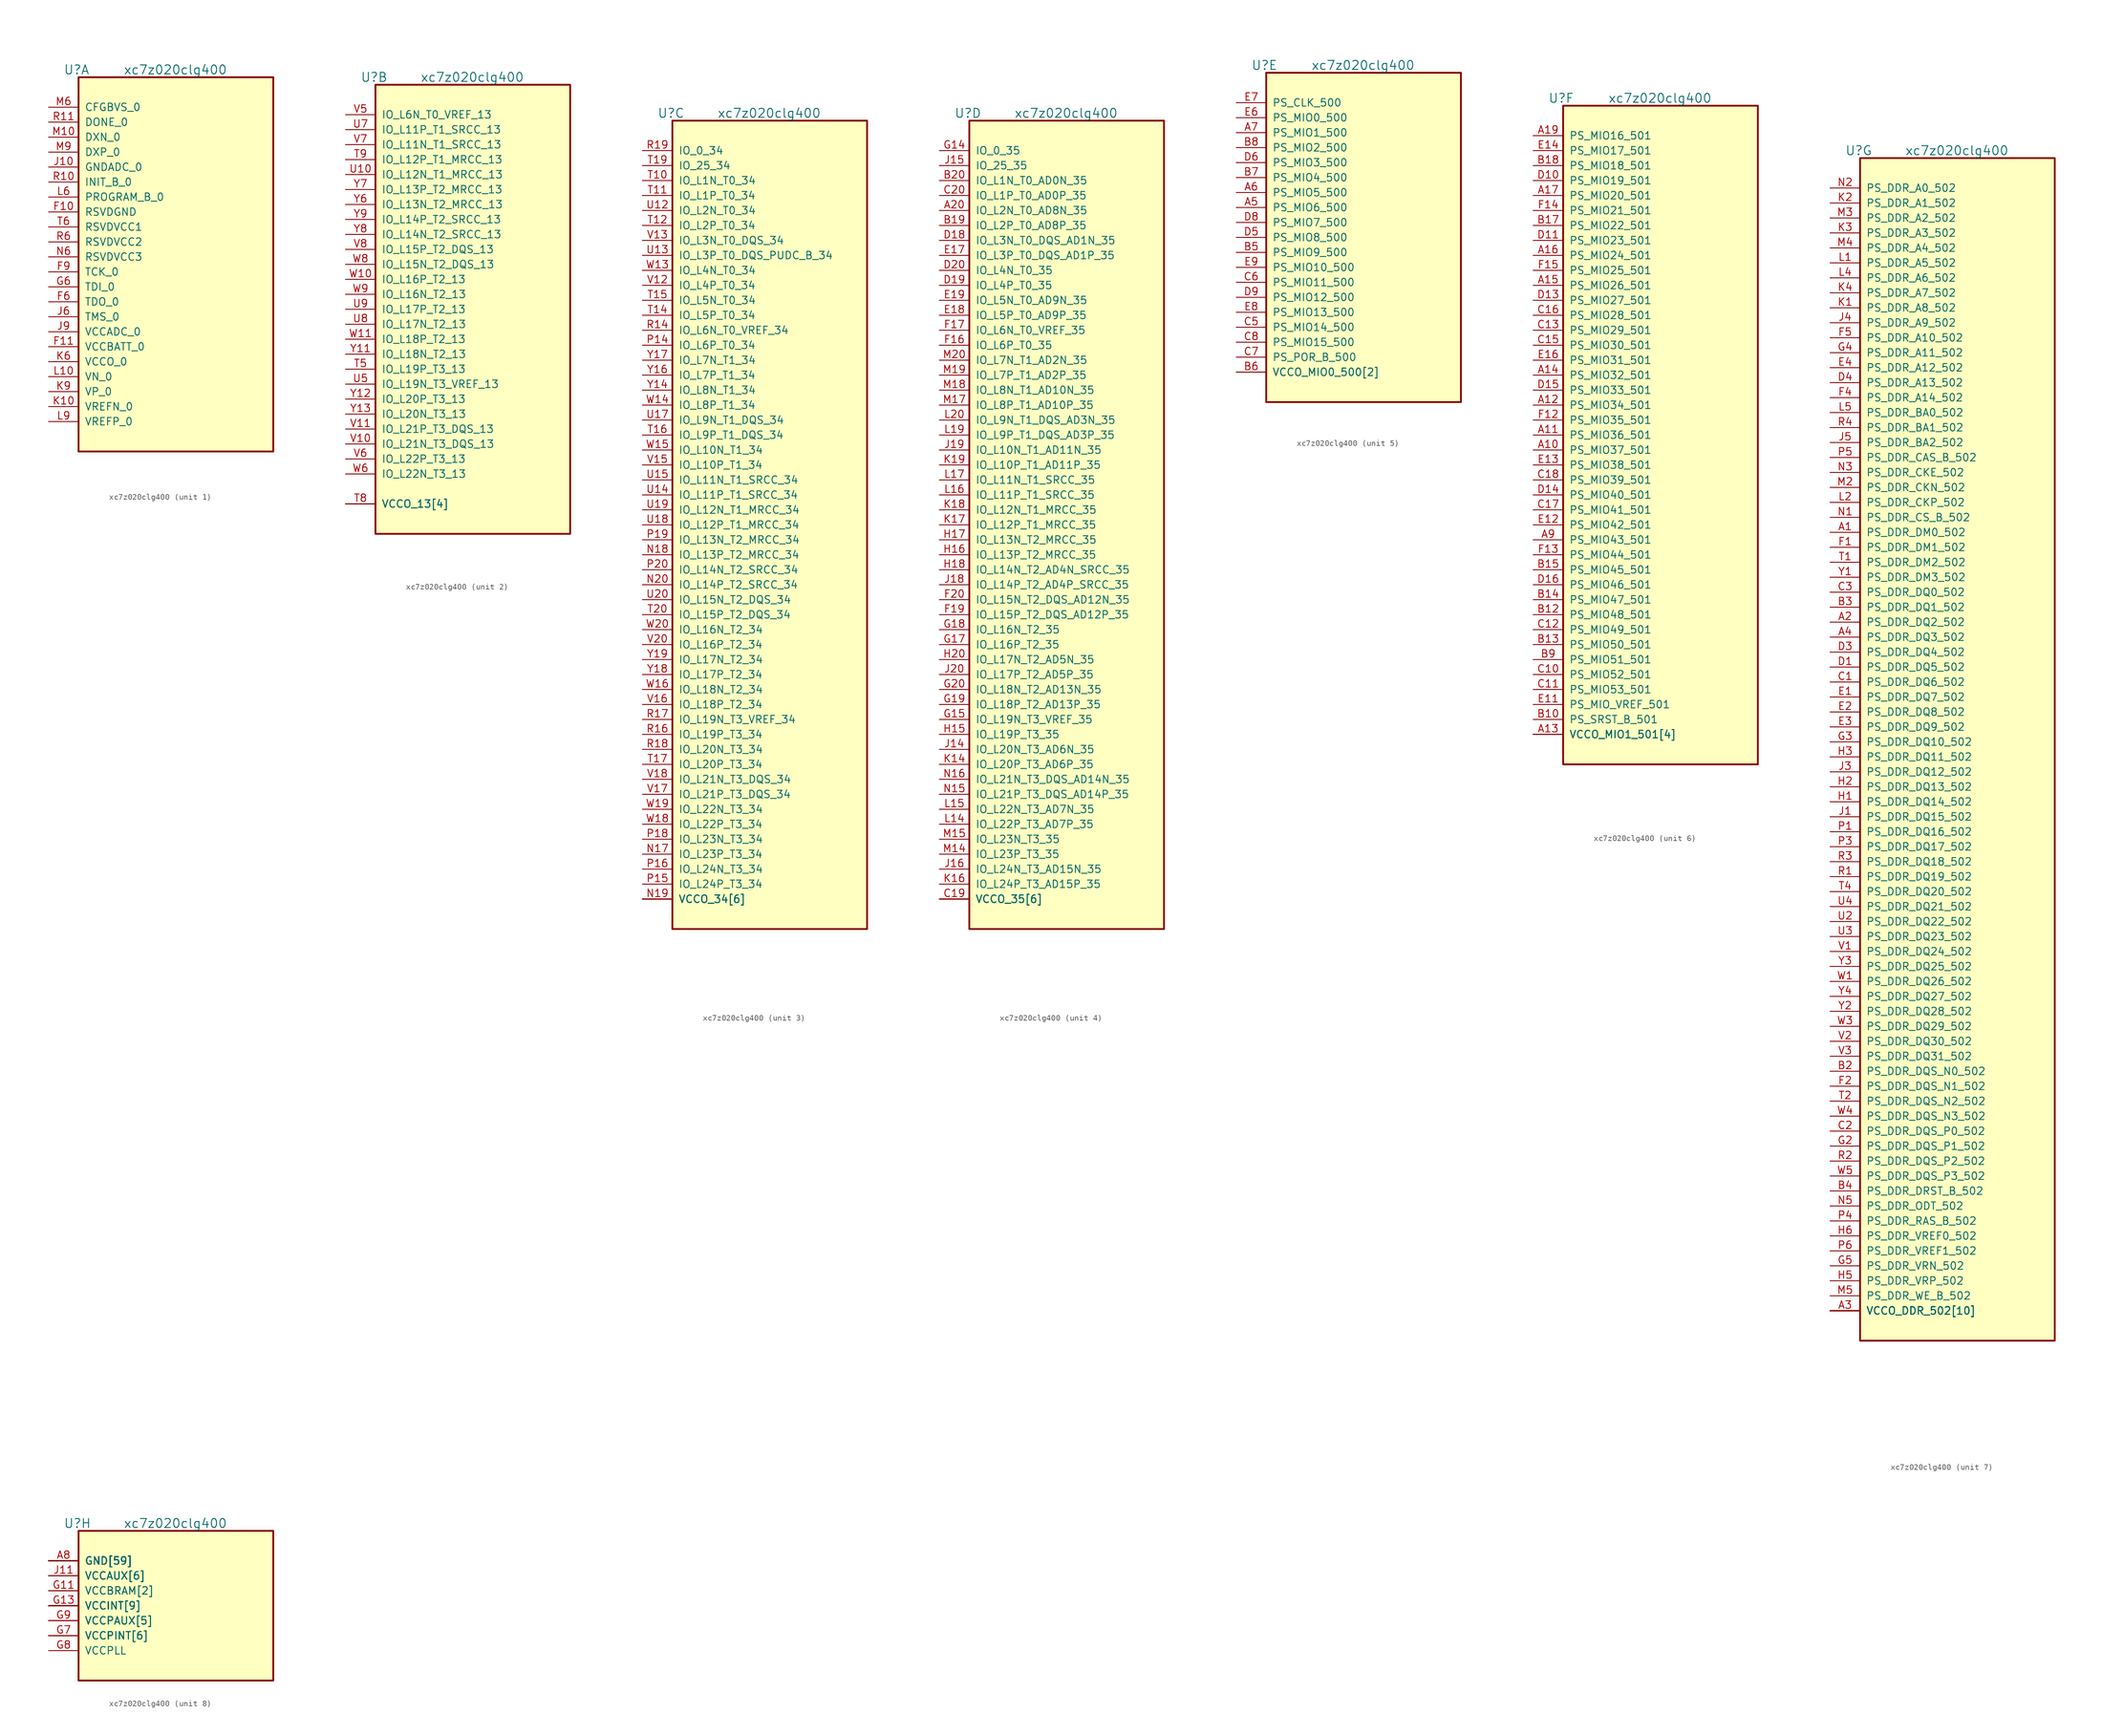
<source format=kicad_sym>
(kicad_symbol_lib
  (version 20220102)
  (generator kicad_symbol_editor)
  (symbol "xc7z020clg400"
    (pin_names
      (offset 1.016))
    (property "Reference" "U"
      (at 2.54 6.35 0)
      (effects (font (size 1.524 1.524)) (justify left)))
    (property "Value" "xc7z020clg400"
      (at 12.7 6.35 0)
      (effects (font (size 1.524 1.524)) (justify left)))
    (property "ki_locked" ""
      (at 0 0 0)
      (effects (font (size 1.27 1.27))))
    (symbol "xc7z020clg400_1_1"
      (rectangle (start 5.08 5.08) (end 38.1 -58.42) (stroke (width 0.305) (type default)) (fill (type background)))
      (pin power_in line (at 0 -17.78 0) (length 5.08) (name "RSVDGND" (effects (font (size 1.27 1.27)))) (number "F10" (effects (font (size 1.27 1.27)))))
      (pin power_in line (at 0 -40.64 0) (length 5.08) (name "VCCBATT_0" (effects (font (size 1.27 1.27)))) (number "F11" (effects (font (size 1.27 1.27)))))
      (pin output line (at 0 -33.02 0) (length 5.08) (name "TDO_0" (effects (font (size 1.27 1.27)))) (number "F6" (effects (font (size 1.27 1.27)))))
      (pin input line (at 0 -27.94 0) (length 5.08) (name "TCK_0" (effects (font (size 1.27 1.27)))) (number "F9" (effects (font (size 1.27 1.27)))))
      (pin input line (at 0 -30.48 0) (length 5.08) (name "TDI_0" (effects (font (size 1.27 1.27)))) (number "G6" (effects (font (size 1.27 1.27)))))
      (pin power_in line (at 0 -10.16 0) (length 5.08) (name "GNDADC_0" (effects (font (size 1.27 1.27)))) (number "J10" (effects (font (size 1.27 1.27)))))
      (pin input line (at 0 -35.56 0) (length 5.08) (name "TMS_0" (effects (font (size 1.27 1.27)))) (number "J6" (effects (font (size 1.27 1.27)))))
      (pin power_in line (at 0 -38.1 0) (length 5.08) (name "VCCADC_0" (effects (font (size 1.27 1.27)))) (number "J9" (effects (font (size 1.27 1.27)))))
      (pin input line (at 0 -50.8 0) (length 5.08) (name "VREFN_0" (effects (font (size 1.27 1.27)))) (number "K10" (effects (font (size 1.27 1.27)))))
      (pin power_in line (at 0 -43.18 0) (length 5.08) (name "VCCO_0" (effects (font (size 1.27 1.27)))) (number "K6" (effects (font (size 1.27 1.27)))))
      (pin input line (at 0 -48.26 0) (length 5.08) (name "VP_0" (effects (font (size 1.27 1.27)))) (number "K9" (effects (font (size 1.27 1.27)))))
      (pin input line (at 0 -45.72 0) (length 5.08) (name "VN_0" (effects (font (size 1.27 1.27)))) (number "L10" (effects (font (size 1.27 1.27)))))
      (pin input line (at 0 -15.24 0) (length 5.08) (name "PROGRAM_B_0" (effects (font (size 1.27 1.27)))) (number "L6" (effects (font (size 1.27 1.27)))))
      (pin input line (at 0 -53.34 0) (length 5.08) (name "VREFP_0" (effects (font (size 1.27 1.27)))) (number "L9" (effects (font (size 1.27 1.27)))))
      (pin passive line (at 0 -5.08 0) (length 5.08) (name "DXN_0" (effects (font (size 1.27 1.27)))) (number "M10" (effects (font (size 1.27 1.27)))))
      (pin input line (at 0 0 0) (length 5.08) (name "CFGBVS_0" (effects (font (size 1.27 1.27)))) (number "M6" (effects (font (size 1.27 1.27)))))
      (pin passive line (at 0 -7.62 0) (length 5.08) (name "DXP_0" (effects (font (size 1.27 1.27)))) (number "M9" (effects (font (size 1.27 1.27)))))
      (pin power_in line (at 0 -25.4 0) (length 5.08) (name "RSVDVCC3" (effects (font (size 1.27 1.27)))) (number "N6" (effects (font (size 1.27 1.27)))))
      (pin input line (at 0 -12.7 0) (length 5.08) (name "INIT_B_0" (effects (font (size 1.27 1.27)))) (number "R10" (effects (font (size 1.27 1.27)))))
      (pin output line (at 0 -2.54 0) (length 5.08) (name "DONE_0" (effects (font (size 1.27 1.27)))) (number "R11" (effects (font (size 1.27 1.27)))))
      (pin power_in line (at 0 -22.86 0) (length 5.08) (name "RSVDVCC2" (effects (font (size 1.27 1.27)))) (number "R6" (effects (font (size 1.27 1.27)))))
      (pin power_in line (at 0 -20.32 0) (length 5.08) (name "RSVDVCC1" (effects (font (size 1.27 1.27)))) (number "T6" (effects (font (size 1.27 1.27))))))
    (symbol "xc7z020clg400_2_1"
      (rectangle (start 5.08 5.08) (end 38.1 -71.12) (stroke (width 0.305) (type default)) (fill (type background)))
      (pin bidirectional line (at 0 -43.18 0) (length 5.08) (name "IO_L19P_T3_13" (effects (font (size 1.27 1.27)))) (number "T5" (effects (font (size 1.27 1.27)))))
      (pin power_in line (at 0 -66.04 0) (length 5.08) (name "VCCO_13[4]" (effects (font (size 1.27 1.27)))) (number "T8" (effects (font (size 1.27 1.27)))))
      (pin bidirectional line (at 0 -7.62 0) (length 5.08) (name "IO_L12P_T1_MRCC_13" (effects (font (size 1.27 1.27)))) (number "T9" (effects (font (size 1.27 1.27)))))
      (pin bidirectional line (at 0 -10.16 0) (length 5.08) (name "IO_L12N_T1_MRCC_13" (effects (font (size 1.27 1.27)))) (number "U10" (effects (font (size 1.27 1.27)))))
      (pin power_in line (at 0 -66.04 0) (length 5.08) (name "VCCO_13[4]" (effects (font (size 1.27 1.27)))) (number "U11" (effects (font (size 0 0)))))
      (pin bidirectional line (at 0 -45.72 0) (length 5.08) (name "IO_L19N_T3_VREF_13" (effects (font (size 1.27 1.27)))) (number "U5" (effects (font (size 1.27 1.27)))))
      (pin bidirectional line (at 0 -2.54 0) (length 5.08) (name "IO_L11P_T1_SRCC_13" (effects (font (size 1.27 1.27)))) (number "U7" (effects (font (size 1.27 1.27)))))
      (pin bidirectional line (at 0 -35.56 0) (length 5.08) (name "IO_L17N_T2_13" (effects (font (size 1.27 1.27)))) (number "U8" (effects (font (size 1.27 1.27)))))
      (pin bidirectional line (at 0 -33.02 0) (length 5.08) (name "IO_L17P_T2_13" (effects (font (size 1.27 1.27)))) (number "U9" (effects (font (size 1.27 1.27)))))
      (pin bidirectional line (at 0 -55.88 0) (length 5.08) (name "IO_L21N_T3_DQS_13" (effects (font (size 1.27 1.27)))) (number "V10" (effects (font (size 1.27 1.27)))))
      (pin bidirectional line (at 0 -53.34 0) (length 5.08) (name "IO_L21P_T3_DQS_13" (effects (font (size 1.27 1.27)))) (number "V11" (effects (font (size 1.27 1.27)))))
      (pin bidirectional line (at 0 0 0) (length 5.08) (name "IO_L6N_T0_VREF_13" (effects (font (size 1.27 1.27)))) (number "V5" (effects (font (size 1.27 1.27)))))
      (pin bidirectional line (at 0 -58.42 0) (length 5.08) (name "IO_L22P_T3_13" (effects (font (size 1.27 1.27)))) (number "V6" (effects (font (size 1.27 1.27)))))
      (pin bidirectional line (at 0 -5.08 0) (length 5.08) (name "IO_L11N_T1_SRCC_13" (effects (font (size 1.27 1.27)))) (number "V7" (effects (font (size 1.27 1.27)))))
      (pin bidirectional line (at 0 -22.86 0) (length 5.08) (name "IO_L15P_T2_DQS_13" (effects (font (size 1.27 1.27)))) (number "V8" (effects (font (size 1.27 1.27)))))
      (pin bidirectional line (at 0 -27.94 0) (length 5.08) (name "IO_L16P_T2_13" (effects (font (size 1.27 1.27)))) (number "W10" (effects (font (size 1.27 1.27)))))
      (pin bidirectional line (at 0 -38.1 0) (length 5.08) (name "IO_L18P_T2_13" (effects (font (size 1.27 1.27)))) (number "W11" (effects (font (size 1.27 1.27)))))
      (pin bidirectional line (at 0 -60.96 0) (length 5.08) (name "IO_L22N_T3_13" (effects (font (size 1.27 1.27)))) (number "W6" (effects (font (size 1.27 1.27)))))
      (pin power_in line (at 0 -66.04 0) (length 5.08) (name "VCCO_13[4]" (effects (font (size 1.27 1.27)))) (number "W7" (effects (font (size 0 0)))))
      (pin bidirectional line (at 0 -25.4 0) (length 5.08) (name "IO_L15N_T2_DQS_13" (effects (font (size 1.27 1.27)))) (number "W8" (effects (font (size 1.27 1.27)))))
      (pin bidirectional line (at 0 -30.48 0) (length 5.08) (name "IO_L16N_T2_13" (effects (font (size 1.27 1.27)))) (number "W9" (effects (font (size 1.27 1.27)))))
      (pin power_in line (at 0 -66.04 0) (length 5.08) (name "VCCO_13[4]" (effects (font (size 1.27 1.27)))) (number "Y10" (effects (font (size 0 0)))))
      (pin bidirectional line (at 0 -40.64 0) (length 5.08) (name "IO_L18N_T2_13" (effects (font (size 1.27 1.27)))) (number "Y11" (effects (font (size 1.27 1.27)))))
      (pin bidirectional line (at 0 -48.26 0) (length 5.08) (name "IO_L20P_T3_13" (effects (font (size 1.27 1.27)))) (number "Y12" (effects (font (size 1.27 1.27)))))
      (pin bidirectional line (at 0 -50.8 0) (length 5.08) (name "IO_L20N_T3_13" (effects (font (size 1.27 1.27)))) (number "Y13" (effects (font (size 1.27 1.27)))))
      (pin bidirectional line (at 0 -15.24 0) (length 5.08) (name "IO_L13N_T2_MRCC_13" (effects (font (size 1.27 1.27)))) (number "Y6" (effects (font (size 1.27 1.27)))))
      (pin bidirectional line (at 0 -12.7 0) (length 5.08) (name "IO_L13P_T2_MRCC_13" (effects (font (size 1.27 1.27)))) (number "Y7" (effects (font (size 1.27 1.27)))))
      (pin bidirectional line (at 0 -20.32 0) (length 5.08) (name "IO_L14N_T2_SRCC_13" (effects (font (size 1.27 1.27)))) (number "Y8" (effects (font (size 1.27 1.27)))))
      (pin bidirectional line (at 0 -17.78 0) (length 5.08) (name "IO_L14P_T2_SRCC_13" (effects (font (size 1.27 1.27)))) (number "Y9" (effects (font (size 1.27 1.27))))))
    (symbol "xc7z020clg400_3_1"
      (rectangle (start 5.08 5.08) (end 38.1 -132.08) (stroke (width 0.305) (type default)) (fill (type background)))
      (pin bidirectional line (at 0 -119.38 0) (length 5.08) (name "IO_L23P_T3_34" (effects (font (size 1.27 1.27)))) (number "N17" (effects (font (size 1.27 1.27)))))
      (pin bidirectional line (at 0 -68.58 0) (length 5.08) (name "IO_L13P_T2_MRCC_34" (effects (font (size 1.27 1.27)))) (number "N18" (effects (font (size 1.27 1.27)))))
      (pin power_in line (at 0 -127 0) (length 5.08) (name "VCCO_34[6]" (effects (font (size 1.27 1.27)))) (number "N19" (effects (font (size 1.27 1.27)))))
      (pin bidirectional line (at 0 -73.66 0) (length 5.08) (name "IO_L14P_T2_SRCC_34" (effects (font (size 1.27 1.27)))) (number "N20" (effects (font (size 1.27 1.27)))))
      (pin bidirectional line (at 0 -33.02 0) (length 5.08) (name "IO_L6P_T0_34" (effects (font (size 1.27 1.27)))) (number "P14" (effects (font (size 1.27 1.27)))))
      (pin bidirectional line (at 0 -124.46 0) (length 5.08) (name "IO_L24P_T3_34" (effects (font (size 1.27 1.27)))) (number "P15" (effects (font (size 1.27 1.27)))))
      (pin bidirectional line (at 0 -121.92 0) (length 5.08) (name "IO_L24N_T3_34" (effects (font (size 1.27 1.27)))) (number "P16" (effects (font (size 1.27 1.27)))))
      (pin bidirectional line (at 0 -116.84 0) (length 5.08) (name "IO_L23N_T3_34" (effects (font (size 1.27 1.27)))) (number "P18" (effects (font (size 1.27 1.27)))))
      (pin bidirectional line (at 0 -66.04 0) (length 5.08) (name "IO_L13N_T2_MRCC_34" (effects (font (size 1.27 1.27)))) (number "P19" (effects (font (size 1.27 1.27)))))
      (pin bidirectional line (at 0 -71.12 0) (length 5.08) (name "IO_L14N_T2_SRCC_34" (effects (font (size 1.27 1.27)))) (number "P20" (effects (font (size 1.27 1.27)))))
      (pin bidirectional line (at 0 -30.48 0) (length 5.08) (name "IO_L6N_T0_VREF_34" (effects (font (size 1.27 1.27)))) (number "R14" (effects (font (size 1.27 1.27)))))
      (pin power_in line (at 0 -127 0) (length 5.08) (name "VCCO_34[6]" (effects (font (size 1.27 1.27)))) (number "R15" (effects (font (size 0 0)))))
      (pin bidirectional line (at 0 -99.06 0) (length 5.08) (name "IO_L19P_T3_34" (effects (font (size 1.27 1.27)))) (number "R16" (effects (font (size 1.27 1.27)))))
      (pin bidirectional line (at 0 -96.52 0) (length 5.08) (name "IO_L19N_T3_VREF_34" (effects (font (size 1.27 1.27)))) (number "R17" (effects (font (size 1.27 1.27)))))
      (pin bidirectional line (at 0 -101.6 0) (length 5.08) (name "IO_L20N_T3_34" (effects (font (size 1.27 1.27)))) (number "R18" (effects (font (size 1.27 1.27)))))
      (pin bidirectional line (at 0 0 0) (length 5.08) (name "IO_0_34" (effects (font (size 1.27 1.27)))) (number "R19" (effects (font (size 1.27 1.27)))))
      (pin bidirectional line (at 0 -5.08 0) (length 5.08) (name "IO_L1N_T0_34" (effects (font (size 1.27 1.27)))) (number "T10" (effects (font (size 1.27 1.27)))))
      (pin bidirectional line (at 0 -7.62 0) (length 5.08) (name "IO_L1P_T0_34" (effects (font (size 1.27 1.27)))) (number "T11" (effects (font (size 1.27 1.27)))))
      (pin bidirectional line (at 0 -12.7 0) (length 5.08) (name "IO_L2P_T0_34" (effects (font (size 1.27 1.27)))) (number "T12" (effects (font (size 1.27 1.27)))))
      (pin bidirectional line (at 0 -27.94 0) (length 5.08) (name "IO_L5P_T0_34" (effects (font (size 1.27 1.27)))) (number "T14" (effects (font (size 1.27 1.27)))))
      (pin bidirectional line (at 0 -25.4 0) (length 5.08) (name "IO_L5N_T0_34" (effects (font (size 1.27 1.27)))) (number "T15" (effects (font (size 1.27 1.27)))))
      (pin bidirectional line (at 0 -48.26 0) (length 5.08) (name "IO_L9P_T1_DQS_34" (effects (font (size 1.27 1.27)))) (number "T16" (effects (font (size 1.27 1.27)))))
      (pin bidirectional line (at 0 -104.14 0) (length 5.08) (name "IO_L20P_T3_34" (effects (font (size 1.27 1.27)))) (number "T17" (effects (font (size 1.27 1.27)))))
      (pin power_in line (at 0 -127 0) (length 5.08) (name "VCCO_34[6]" (effects (font (size 1.27 1.27)))) (number "T18" (effects (font (size 0 0)))))
      (pin bidirectional line (at 0 -2.54 0) (length 5.08) (name "IO_25_34" (effects (font (size 1.27 1.27)))) (number "T19" (effects (font (size 1.27 1.27)))))
      (pin bidirectional line (at 0 -78.74 0) (length 5.08) (name "IO_L15P_T2_DQS_34" (effects (font (size 1.27 1.27)))) (number "T20" (effects (font (size 1.27 1.27)))))
      (pin bidirectional line (at 0 -10.16 0) (length 5.08) (name "IO_L2N_T0_34" (effects (font (size 1.27 1.27)))) (number "U12" (effects (font (size 1.27 1.27)))))
      (pin bidirectional line (at 0 -17.78 0) (length 5.08) (name "IO_L3P_T0_DQS_PUDC_B_34" (effects (font (size 1.27 1.27)))) (number "U13" (effects (font (size 1.27 1.27)))))
      (pin bidirectional line (at 0 -58.42 0) (length 5.08) (name "IO_L11P_T1_SRCC_34" (effects (font (size 1.27 1.27)))) (number "U14" (effects (font (size 1.27 1.27)))))
      (pin bidirectional line (at 0 -55.88 0) (length 5.08) (name "IO_L11N_T1_SRCC_34" (effects (font (size 1.27 1.27)))) (number "U15" (effects (font (size 1.27 1.27)))))
      (pin bidirectional line (at 0 -45.72 0) (length 5.08) (name "IO_L9N_T1_DQS_34" (effects (font (size 1.27 1.27)))) (number "U17" (effects (font (size 1.27 1.27)))))
      (pin bidirectional line (at 0 -63.5 0) (length 5.08) (name "IO_L12P_T1_MRCC_34" (effects (font (size 1.27 1.27)))) (number "U18" (effects (font (size 1.27 1.27)))))
      (pin bidirectional line (at 0 -60.96 0) (length 5.08) (name "IO_L12N_T1_MRCC_34" (effects (font (size 1.27 1.27)))) (number "U19" (effects (font (size 1.27 1.27)))))
      (pin bidirectional line (at 0 -76.2 0) (length 5.08) (name "IO_L15N_T2_DQS_34" (effects (font (size 1.27 1.27)))) (number "U20" (effects (font (size 1.27 1.27)))))
      (pin bidirectional line (at 0 -22.86 0) (length 5.08) (name "IO_L4P_T0_34" (effects (font (size 1.27 1.27)))) (number "V12" (effects (font (size 1.27 1.27)))))
      (pin bidirectional line (at 0 -15.24 0) (length 5.08) (name "IO_L3N_T0_DQS_34" (effects (font (size 1.27 1.27)))) (number "V13" (effects (font (size 1.27 1.27)))))
      (pin power_in line (at 0 -127 0) (length 5.08) (name "VCCO_34[6]" (effects (font (size 1.27 1.27)))) (number "V14" (effects (font (size 0 0)))))
      (pin bidirectional line (at 0 -53.34 0) (length 5.08) (name "IO_L10P_T1_34" (effects (font (size 1.27 1.27)))) (number "V15" (effects (font (size 1.27 1.27)))))
      (pin bidirectional line (at 0 -93.98 0) (length 5.08) (name "IO_L18P_T2_34" (effects (font (size 1.27 1.27)))) (number "V16" (effects (font (size 1.27 1.27)))))
      (pin bidirectional line (at 0 -109.22 0) (length 5.08) (name "IO_L21P_T3_DQS_34" (effects (font (size 1.27 1.27)))) (number "V17" (effects (font (size 1.27 1.27)))))
      (pin bidirectional line (at 0 -106.68 0) (length 5.08) (name "IO_L21N_T3_DQS_34" (effects (font (size 1.27 1.27)))) (number "V18" (effects (font (size 1.27 1.27)))))
      (pin bidirectional line (at 0 -83.82 0) (length 5.08) (name "IO_L16P_T2_34" (effects (font (size 1.27 1.27)))) (number "V20" (effects (font (size 1.27 1.27)))))
      (pin bidirectional line (at 0 -20.32 0) (length 5.08) (name "IO_L4N_T0_34" (effects (font (size 1.27 1.27)))) (number "W13" (effects (font (size 1.27 1.27)))))
      (pin bidirectional line (at 0 -43.18 0) (length 5.08) (name "IO_L8P_T1_34" (effects (font (size 1.27 1.27)))) (number "W14" (effects (font (size 1.27 1.27)))))
      (pin bidirectional line (at 0 -50.8 0) (length 5.08) (name "IO_L10N_T1_34" (effects (font (size 1.27 1.27)))) (number "W15" (effects (font (size 1.27 1.27)))))
      (pin bidirectional line (at 0 -91.44 0) (length 5.08) (name "IO_L18N_T2_34" (effects (font (size 1.27 1.27)))) (number "W16" (effects (font (size 1.27 1.27)))))
      (pin power_in line (at 0 -127 0) (length 5.08) (name "VCCO_34[6]" (effects (font (size 1.27 1.27)))) (number "W17" (effects (font (size 0 0)))))
      (pin bidirectional line (at 0 -114.3 0) (length 5.08) (name "IO_L22P_T3_34" (effects (font (size 1.27 1.27)))) (number "W18" (effects (font (size 1.27 1.27)))))
      (pin bidirectional line (at 0 -111.76 0) (length 5.08) (name "IO_L22N_T3_34" (effects (font (size 1.27 1.27)))) (number "W19" (effects (font (size 1.27 1.27)))))
      (pin bidirectional line (at 0 -81.28 0) (length 5.08) (name "IO_L16N_T2_34" (effects (font (size 1.27 1.27)))) (number "W20" (effects (font (size 1.27 1.27)))))
      (pin bidirectional line (at 0 -40.64 0) (length 5.08) (name "IO_L8N_T1_34" (effects (font (size 1.27 1.27)))) (number "Y14" (effects (font (size 1.27 1.27)))))
      (pin bidirectional line (at 0 -38.1 0) (length 5.08) (name "IO_L7P_T1_34" (effects (font (size 1.27 1.27)))) (number "Y16" (effects (font (size 1.27 1.27)))))
      (pin bidirectional line (at 0 -35.56 0) (length 5.08) (name "IO_L7N_T1_34" (effects (font (size 1.27 1.27)))) (number "Y17" (effects (font (size 1.27 1.27)))))
      (pin bidirectional line (at 0 -88.9 0) (length 5.08) (name "IO_L17P_T2_34" (effects (font (size 1.27 1.27)))) (number "Y18" (effects (font (size 1.27 1.27)))))
      (pin bidirectional line (at 0 -86.36 0) (length 5.08) (name "IO_L17N_T2_34" (effects (font (size 1.27 1.27)))) (number "Y19" (effects (font (size 1.27 1.27)))))
      (pin power_in line (at 0 -127 0) (length 5.08) (name "VCCO_34[6]" (effects (font (size 1.27 1.27)))) (number "Y20" (effects (font (size 0 0))))))
    (symbol "xc7z020clg400_4_1"
      (rectangle (start 5.08 5.08) (end 38.1 -132.08) (stroke (width 0.305) (type default)) (fill (type background)))
      (pin bidirectional line (at 0 -10.16 0) (length 5.08) (name "IO_L2N_T0_AD8N_35" (effects (font (size 1.27 1.27)))) (number "A20" (effects (font (size 1.27 1.27)))))
      (pin bidirectional line (at 0 -12.7 0) (length 5.08) (name "IO_L2P_T0_AD8P_35" (effects (font (size 1.27 1.27)))) (number "B19" (effects (font (size 1.27 1.27)))))
      (pin bidirectional line (at 0 -5.08 0) (length 5.08) (name "IO_L1N_T0_AD0N_35" (effects (font (size 1.27 1.27)))) (number "B20" (effects (font (size 1.27 1.27)))))
      (pin power_in line (at 0 -127 0) (length 5.08) (name "VCCO_35[6]" (effects (font (size 1.27 1.27)))) (number "C19" (effects (font (size 1.27 1.27)))))
      (pin bidirectional line (at 0 -7.62 0) (length 5.08) (name "IO_L1P_T0_AD0P_35" (effects (font (size 1.27 1.27)))) (number "C20" (effects (font (size 1.27 1.27)))))
      (pin bidirectional line (at 0 -15.24 0) (length 5.08) (name "IO_L3N_T0_DQS_AD1N_35" (effects (font (size 1.27 1.27)))) (number "D18" (effects (font (size 1.27 1.27)))))
      (pin bidirectional line (at 0 -22.86 0) (length 5.08) (name "IO_L4P_T0_35" (effects (font (size 1.27 1.27)))) (number "D19" (effects (font (size 1.27 1.27)))))
      (pin bidirectional line (at 0 -20.32 0) (length 5.08) (name "IO_L4N_T0_35" (effects (font (size 1.27 1.27)))) (number "D20" (effects (font (size 1.27 1.27)))))
      (pin bidirectional line (at 0 -17.78 0) (length 5.08) (name "IO_L3P_T0_DQS_AD1P_35" (effects (font (size 1.27 1.27)))) (number "E17" (effects (font (size 1.27 1.27)))))
      (pin bidirectional line (at 0 -27.94 0) (length 5.08) (name "IO_L5P_T0_AD9P_35" (effects (font (size 1.27 1.27)))) (number "E18" (effects (font (size 1.27 1.27)))))
      (pin bidirectional line (at 0 -25.4 0) (length 5.08) (name "IO_L5N_T0_AD9N_35" (effects (font (size 1.27 1.27)))) (number "E19" (effects (font (size 1.27 1.27)))))
      (pin bidirectional line (at 0 -33.02 0) (length 5.08) (name "IO_L6P_T0_35" (effects (font (size 1.27 1.27)))) (number "F16" (effects (font (size 1.27 1.27)))))
      (pin bidirectional line (at 0 -30.48 0) (length 5.08) (name "IO_L6N_T0_VREF_35" (effects (font (size 1.27 1.27)))) (number "F17" (effects (font (size 1.27 1.27)))))
      (pin power_in line (at 0 -127 0) (length 5.08) (name "VCCO_35[6]" (effects (font (size 1.27 1.27)))) (number "F18" (effects (font (size 0 0)))))
      (pin bidirectional line (at 0 -78.74 0) (length 5.08) (name "IO_L15P_T2_DQS_AD12P_35" (effects (font (size 1.27 1.27)))) (number "F19" (effects (font (size 1.27 1.27)))))
      (pin bidirectional line (at 0 -76.2 0) (length 5.08) (name "IO_L15N_T2_DQS_AD12N_35" (effects (font (size 1.27 1.27)))) (number "F20" (effects (font (size 1.27 1.27)))))
      (pin bidirectional line (at 0 0 0) (length 5.08) (name "IO_0_35" (effects (font (size 1.27 1.27)))) (number "G14" (effects (font (size 1.27 1.27)))))
      (pin bidirectional line (at 0 -96.52 0) (length 5.08) (name "IO_L19N_T3_VREF_35" (effects (font (size 1.27 1.27)))) (number "G15" (effects (font (size 1.27 1.27)))))
      (pin bidirectional line (at 0 -83.82 0) (length 5.08) (name "IO_L16P_T2_35" (effects (font (size 1.27 1.27)))) (number "G17" (effects (font (size 1.27 1.27)))))
      (pin bidirectional line (at 0 -81.28 0) (length 5.08) (name "IO_L16N_T2_35" (effects (font (size 1.27 1.27)))) (number "G18" (effects (font (size 1.27 1.27)))))
      (pin bidirectional line (at 0 -93.98 0) (length 5.08) (name "IO_L18P_T2_AD13P_35" (effects (font (size 1.27 1.27)))) (number "G19" (effects (font (size 1.27 1.27)))))
      (pin bidirectional line (at 0 -91.44 0) (length 5.08) (name "IO_L18N_T2_AD13N_35" (effects (font (size 1.27 1.27)))) (number "G20" (effects (font (size 1.27 1.27)))))
      (pin power_in line (at 0 -127 0) (length 5.08) (name "VCCO_35[6]" (effects (font (size 1.27 1.27)))) (number "H14" (effects (font (size 0 0)))))
      (pin bidirectional line (at 0 -99.06 0) (length 5.08) (name "IO_L19P_T3_35" (effects (font (size 1.27 1.27)))) (number "H15" (effects (font (size 1.27 1.27)))))
      (pin bidirectional line (at 0 -68.58 0) (length 5.08) (name "IO_L13P_T2_MRCC_35" (effects (font (size 1.27 1.27)))) (number "H16" (effects (font (size 1.27 1.27)))))
      (pin bidirectional line (at 0 -66.04 0) (length 5.08) (name "IO_L13N_T2_MRCC_35" (effects (font (size 1.27 1.27)))) (number "H17" (effects (font (size 1.27 1.27)))))
      (pin bidirectional line (at 0 -71.12 0) (length 5.08) (name "IO_L14N_T2_AD4N_SRCC_35" (effects (font (size 1.27 1.27)))) (number "H18" (effects (font (size 1.27 1.27)))))
      (pin bidirectional line (at 0 -86.36 0) (length 5.08) (name "IO_L17N_T2_AD5N_35" (effects (font (size 1.27 1.27)))) (number "H20" (effects (font (size 1.27 1.27)))))
      (pin bidirectional line (at 0 -101.6 0) (length 5.08) (name "IO_L20N_T3_AD6N_35" (effects (font (size 1.27 1.27)))) (number "J14" (effects (font (size 1.27 1.27)))))
      (pin bidirectional line (at 0 -2.54 0) (length 5.08) (name "IO_25_35" (effects (font (size 1.27 1.27)))) (number "J15" (effects (font (size 1.27 1.27)))))
      (pin bidirectional line (at 0 -121.92 0) (length 5.08) (name "IO_L24N_T3_AD15N_35" (effects (font (size 1.27 1.27)))) (number "J16" (effects (font (size 1.27 1.27)))))
      (pin power_in line (at 0 -127 0) (length 5.08) (name "VCCO_35[6]" (effects (font (size 1.27 1.27)))) (number "J17" (effects (font (size 0 0)))))
      (pin bidirectional line (at 0 -73.66 0) (length 5.08) (name "IO_L14P_T2_AD4P_SRCC_35" (effects (font (size 1.27 1.27)))) (number "J18" (effects (font (size 1.27 1.27)))))
      (pin bidirectional line (at 0 -50.8 0) (length 5.08) (name "IO_L10N_T1_AD11N_35" (effects (font (size 1.27 1.27)))) (number "J19" (effects (font (size 1.27 1.27)))))
      (pin bidirectional line (at 0 -88.9 0) (length 5.08) (name "IO_L17P_T2_AD5P_35" (effects (font (size 1.27 1.27)))) (number "J20" (effects (font (size 1.27 1.27)))))
      (pin bidirectional line (at 0 -104.14 0) (length 5.08) (name "IO_L20P_T3_AD6P_35" (effects (font (size 1.27 1.27)))) (number "K14" (effects (font (size 1.27 1.27)))))
      (pin bidirectional line (at 0 -124.46 0) (length 5.08) (name "IO_L24P_T3_AD15P_35" (effects (font (size 1.27 1.27)))) (number "K16" (effects (font (size 1.27 1.27)))))
      (pin bidirectional line (at 0 -63.5 0) (length 5.08) (name "IO_L12P_T1_MRCC_35" (effects (font (size 1.27 1.27)))) (number "K17" (effects (font (size 1.27 1.27)))))
      (pin bidirectional line (at 0 -60.96 0) (length 5.08) (name "IO_L12N_T1_MRCC_35" (effects (font (size 1.27 1.27)))) (number "K18" (effects (font (size 1.27 1.27)))))
      (pin bidirectional line (at 0 -53.34 0) (length 5.08) (name "IO_L10P_T1_AD11P_35" (effects (font (size 1.27 1.27)))) (number "K19" (effects (font (size 1.27 1.27)))))
      (pin power_in line (at 0 -127 0) (length 5.08) (name "VCCO_35[6]" (effects (font (size 1.27 1.27)))) (number "K20" (effects (font (size 0 0)))))
      (pin bidirectional line (at 0 -114.3 0) (length 5.08) (name "IO_L22P_T3_AD7P_35" (effects (font (size 1.27 1.27)))) (number "L14" (effects (font (size 1.27 1.27)))))
      (pin bidirectional line (at 0 -111.76 0) (length 5.08) (name "IO_L22N_T3_AD7N_35" (effects (font (size 1.27 1.27)))) (number "L15" (effects (font (size 1.27 1.27)))))
      (pin bidirectional line (at 0 -58.42 0) (length 5.08) (name "IO_L11P_T1_SRCC_35" (effects (font (size 1.27 1.27)))) (number "L16" (effects (font (size 1.27 1.27)))))
      (pin bidirectional line (at 0 -55.88 0) (length 5.08) (name "IO_L11N_T1_SRCC_35" (effects (font (size 1.27 1.27)))) (number "L17" (effects (font (size 1.27 1.27)))))
      (pin bidirectional line (at 0 -48.26 0) (length 5.08) (name "IO_L9P_T1_DQS_AD3P_35" (effects (font (size 1.27 1.27)))) (number "L19" (effects (font (size 1.27 1.27)))))
      (pin bidirectional line (at 0 -45.72 0) (length 5.08) (name "IO_L9N_T1_DQS_AD3N_35" (effects (font (size 1.27 1.27)))) (number "L20" (effects (font (size 1.27 1.27)))))
      (pin bidirectional line (at 0 -119.38 0) (length 5.08) (name "IO_L23P_T3_35" (effects (font (size 1.27 1.27)))) (number "M14" (effects (font (size 1.27 1.27)))))
      (pin bidirectional line (at 0 -116.84 0) (length 5.08) (name "IO_L23N_T3_35" (effects (font (size 1.27 1.27)))) (number "M15" (effects (font (size 1.27 1.27)))))
      (pin power_in line (at 0 -127 0) (length 5.08) (name "VCCO_35[6]" (effects (font (size 1.27 1.27)))) (number "M16" (effects (font (size 0 0)))))
      (pin bidirectional line (at 0 -43.18 0) (length 5.08) (name "IO_L8P_T1_AD10P_35" (effects (font (size 1.27 1.27)))) (number "M17" (effects (font (size 1.27 1.27)))))
      (pin bidirectional line (at 0 -40.64 0) (length 5.08) (name "IO_L8N_T1_AD10N_35" (effects (font (size 1.27 1.27)))) (number "M18" (effects (font (size 1.27 1.27)))))
      (pin bidirectional line (at 0 -38.1 0) (length 5.08) (name "IO_L7P_T1_AD2P_35" (effects (font (size 1.27 1.27)))) (number "M19" (effects (font (size 1.27 1.27)))))
      (pin bidirectional line (at 0 -35.56 0) (length 5.08) (name "IO_L7N_T1_AD2N_35" (effects (font (size 1.27 1.27)))) (number "M20" (effects (font (size 1.27 1.27)))))
      (pin bidirectional line (at 0 -109.22 0) (length 5.08) (name "IO_L21P_T3_DQS_AD14P_35" (effects (font (size 1.27 1.27)))) (number "N15" (effects (font (size 1.27 1.27)))))
      (pin bidirectional line (at 0 -106.68 0) (length 5.08) (name "IO_L21N_T3_DQS_AD14N_35" (effects (font (size 1.27 1.27)))) (number "N16" (effects (font (size 1.27 1.27))))))
    (symbol "xc7z020clg400_5_1"
      (rectangle (start 5.08 5.08) (end 38.1 -50.8) (stroke (width 0.305) (type default)) (fill (type background)))
      (pin bidirectional line (at 0 -17.78 0) (length 5.08) (name "PS_MIO6_500" (effects (font (size 1.27 1.27)))) (number "A5" (effects (font (size 1.27 1.27)))))
      (pin bidirectional line (at 0 -15.24 0) (length 5.08) (name "PS_MIO5_500" (effects (font (size 1.27 1.27)))) (number "A6" (effects (font (size 1.27 1.27)))))
      (pin bidirectional line (at 0 -5.08 0) (length 5.08) (name "PS_MIO1_500" (effects (font (size 1.27 1.27)))) (number "A7" (effects (font (size 1.27 1.27)))))
      (pin bidirectional line (at 0 -25.4 0) (length 5.08) (name "PS_MIO9_500" (effects (font (size 1.27 1.27)))) (number "B5" (effects (font (size 1.27 1.27)))))
      (pin power_in line (at 0 -45.72 0) (length 5.08) (name "VCCO_MIO0_500[2]" (effects (font (size 1.27 1.27)))) (number "B6" (effects (font (size 1.27 1.27)))))
      (pin bidirectional line (at 0 -12.7 0) (length 5.08) (name "PS_MIO4_500" (effects (font (size 1.27 1.27)))) (number "B7" (effects (font (size 1.27 1.27)))))
      (pin bidirectional line (at 0 -7.62 0) (length 5.08) (name "PS_MIO2_500" (effects (font (size 1.27 1.27)))) (number "B8" (effects (font (size 1.27 1.27)))))
      (pin bidirectional line (at 0 -38.1 0) (length 5.08) (name "PS_MIO14_500" (effects (font (size 1.27 1.27)))) (number "C5" (effects (font (size 1.27 1.27)))))
      (pin bidirectional line (at 0 -30.48 0) (length 5.08) (name "PS_MIO11_500" (effects (font (size 1.27 1.27)))) (number "C6" (effects (font (size 1.27 1.27)))))
      (pin input line (at 0 -43.18 0) (length 5.08) (name "PS_POR_B_500" (effects (font (size 1.27 1.27)))) (number "C7" (effects (font (size 1.27 1.27)))))
      (pin bidirectional line (at 0 -40.64 0) (length 5.08) (name "PS_MIO15_500" (effects (font (size 1.27 1.27)))) (number "C8" (effects (font (size 1.27 1.27)))))
      (pin bidirectional line (at 0 -22.86 0) (length 5.08) (name "PS_MIO8_500" (effects (font (size 1.27 1.27)))) (number "D5" (effects (font (size 1.27 1.27)))))
      (pin bidirectional line (at 0 -10.16 0) (length 5.08) (name "PS_MIO3_500" (effects (font (size 1.27 1.27)))) (number "D6" (effects (font (size 1.27 1.27)))))
      (pin power_in line (at 0 -45.72 0) (length 5.08) (name "VCCO_MIO0_500[2]" (effects (font (size 1.27 1.27)))) (number "D7" (effects (font (size 0 0)))))
      (pin bidirectional line (at 0 -20.32 0) (length 5.08) (name "PS_MIO7_500" (effects (font (size 1.27 1.27)))) (number "D8" (effects (font (size 1.27 1.27)))))
      (pin bidirectional line (at 0 -33.02 0) (length 5.08) (name "PS_MIO12_500" (effects (font (size 1.27 1.27)))) (number "D9" (effects (font (size 1.27 1.27)))))
      (pin bidirectional line (at 0 -2.54 0) (length 5.08) (name "PS_MIO0_500" (effects (font (size 1.27 1.27)))) (number "E6" (effects (font (size 1.27 1.27)))))
      (pin input line (at 0 0 0) (length 5.08) (name "PS_CLK_500" (effects (font (size 1.27 1.27)))) (number "E7" (effects (font (size 1.27 1.27)))))
      (pin bidirectional line (at 0 -35.56 0) (length 5.08) (name "PS_MIO13_500" (effects (font (size 1.27 1.27)))) (number "E8" (effects (font (size 1.27 1.27)))))
      (pin bidirectional line (at 0 -27.94 0) (length 5.08) (name "PS_MIO10_500" (effects (font (size 1.27 1.27)))) (number "E9" (effects (font (size 1.27 1.27))))))
    (symbol "xc7z020clg400_6_1"
      (rectangle (start 5.08 5.08) (end 38.1 -106.68) (stroke (width 0.305) (type default)) (fill (type background)))
      (pin bidirectional line (at 0 -53.34 0) (length 5.08) (name "PS_MIO37_501" (effects (font (size 1.27 1.27)))) (number "A10" (effects (font (size 1.27 1.27)))))
      (pin bidirectional line (at 0 -50.8 0) (length 5.08) (name "PS_MIO36_501" (effects (font (size 1.27 1.27)))) (number "A11" (effects (font (size 1.27 1.27)))))
      (pin bidirectional line (at 0 -45.72 0) (length 5.08) (name "PS_MIO34_501" (effects (font (size 1.27 1.27)))) (number "A12" (effects (font (size 1.27 1.27)))))
      (pin power_in line (at 0 -101.6 0) (length 5.08) (name "VCCO_MIO1_501[4]" (effects (font (size 1.27 1.27)))) (number "A13" (effects (font (size 1.27 1.27)))))
      (pin bidirectional line (at 0 -40.64 0) (length 5.08) (name "PS_MIO32_501" (effects (font (size 1.27 1.27)))) (number "A14" (effects (font (size 1.27 1.27)))))
      (pin bidirectional line (at 0 -25.4 0) (length 5.08) (name "PS_MIO26_501" (effects (font (size 1.27 1.27)))) (number "A15" (effects (font (size 1.27 1.27)))))
      (pin bidirectional line (at 0 -20.32 0) (length 5.08) (name "PS_MIO24_501" (effects (font (size 1.27 1.27)))) (number "A16" (effects (font (size 1.27 1.27)))))
      (pin bidirectional line (at 0 -10.16 0) (length 5.08) (name "PS_MIO20_501" (effects (font (size 1.27 1.27)))) (number "A17" (effects (font (size 1.27 1.27)))))
      (pin bidirectional line (at 0 0 0) (length 5.08) (name "PS_MIO16_501" (effects (font (size 1.27 1.27)))) (number "A19" (effects (font (size 1.27 1.27)))))
      (pin bidirectional line (at 0 -68.58 0) (length 5.08) (name "PS_MIO43_501" (effects (font (size 1.27 1.27)))) (number "A9" (effects (font (size 1.27 1.27)))))
      (pin input line (at 0 -99.06 0) (length 5.08) (name "PS_SRST_B_501" (effects (font (size 1.27 1.27)))) (number "B10" (effects (font (size 1.27 1.27)))))
      (pin bidirectional line (at 0 -81.28 0) (length 5.08) (name "PS_MIO48_501" (effects (font (size 1.27 1.27)))) (number "B12" (effects (font (size 1.27 1.27)))))
      (pin bidirectional line (at 0 -86.36 0) (length 5.08) (name "PS_MIO50_501" (effects (font (size 1.27 1.27)))) (number "B13" (effects (font (size 1.27 1.27)))))
      (pin bidirectional line (at 0 -78.74 0) (length 5.08) (name "PS_MIO47_501" (effects (font (size 1.27 1.27)))) (number "B14" (effects (font (size 1.27 1.27)))))
      (pin bidirectional line (at 0 -73.66 0) (length 5.08) (name "PS_MIO45_501" (effects (font (size 1.27 1.27)))) (number "B15" (effects (font (size 1.27 1.27)))))
      (pin power_in line (at 0 -101.6 0) (length 5.08) (name "VCCO_MIO1_501[4]" (effects (font (size 1.27 1.27)))) (number "B16" (effects (font (size 0 0)))))
      (pin bidirectional line (at 0 -15.24 0) (length 5.08) (name "PS_MIO22_501" (effects (font (size 1.27 1.27)))) (number "B17" (effects (font (size 1.27 1.27)))))
      (pin bidirectional line (at 0 -5.08 0) (length 5.08) (name "PS_MIO18_501" (effects (font (size 1.27 1.27)))) (number "B18" (effects (font (size 1.27 1.27)))))
      (pin bidirectional line (at 0 -88.9 0) (length 5.08) (name "PS_MIO51_501" (effects (font (size 1.27 1.27)))) (number "B9" (effects (font (size 1.27 1.27)))))
      (pin bidirectional line (at 0 -91.44 0) (length 5.08) (name "PS_MIO52_501" (effects (font (size 1.27 1.27)))) (number "C10" (effects (font (size 1.27 1.27)))))
      (pin bidirectional line (at 0 -93.98 0) (length 5.08) (name "PS_MIO53_501" (effects (font (size 1.27 1.27)))) (number "C11" (effects (font (size 1.27 1.27)))))
      (pin bidirectional line (at 0 -83.82 0) (length 5.08) (name "PS_MIO49_501" (effects (font (size 1.27 1.27)))) (number "C12" (effects (font (size 1.27 1.27)))))
      (pin bidirectional line (at 0 -33.02 0) (length 5.08) (name "PS_MIO29_501" (effects (font (size 1.27 1.27)))) (number "C13" (effects (font (size 1.27 1.27)))))
      (pin bidirectional line (at 0 -35.56 0) (length 5.08) (name "PS_MIO30_501" (effects (font (size 1.27 1.27)))) (number "C15" (effects (font (size 1.27 1.27)))))
      (pin bidirectional line (at 0 -30.48 0) (length 5.08) (name "PS_MIO28_501" (effects (font (size 1.27 1.27)))) (number "C16" (effects (font (size 1.27 1.27)))))
      (pin bidirectional line (at 0 -63.5 0) (length 5.08) (name "PS_MIO41_501" (effects (font (size 1.27 1.27)))) (number "C17" (effects (font (size 1.27 1.27)))))
      (pin bidirectional line (at 0 -58.42 0) (length 5.08) (name "PS_MIO39_501" (effects (font (size 1.27 1.27)))) (number "C18" (effects (font (size 1.27 1.27)))))
      (pin bidirectional line (at 0 -7.62 0) (length 5.08) (name "PS_MIO19_501" (effects (font (size 1.27 1.27)))) (number "D10" (effects (font (size 1.27 1.27)))))
      (pin bidirectional line (at 0 -17.78 0) (length 5.08) (name "PS_MIO23_501" (effects (font (size 1.27 1.27)))) (number "D11" (effects (font (size 1.27 1.27)))))
      (pin power_in line (at 0 -101.6 0) (length 5.08) (name "VCCO_MIO1_501[4]" (effects (font (size 1.27 1.27)))) (number "D12" (effects (font (size 0 0)))))
      (pin bidirectional line (at 0 -27.94 0) (length 5.08) (name "PS_MIO27_501" (effects (font (size 1.27 1.27)))) (number "D13" (effects (font (size 1.27 1.27)))))
      (pin bidirectional line (at 0 -60.96 0) (length 5.08) (name "PS_MIO40_501" (effects (font (size 1.27 1.27)))) (number "D14" (effects (font (size 1.27 1.27)))))
      (pin bidirectional line (at 0 -43.18 0) (length 5.08) (name "PS_MIO33_501" (effects (font (size 1.27 1.27)))) (number "D15" (effects (font (size 1.27 1.27)))))
      (pin bidirectional line (at 0 -76.2 0) (length 5.08) (name "PS_MIO46_501" (effects (font (size 1.27 1.27)))) (number "D16" (effects (font (size 1.27 1.27)))))
      (pin power_in line (at 0 -96.52 0) (length 5.08) (name "PS_MIO_VREF_501" (effects (font (size 1.27 1.27)))) (number "E11" (effects (font (size 1.27 1.27)))))
      (pin bidirectional line (at 0 -66.04 0) (length 5.08) (name "PS_MIO42_501" (effects (font (size 1.27 1.27)))) (number "E12" (effects (font (size 1.27 1.27)))))
      (pin bidirectional line (at 0 -55.88 0) (length 5.08) (name "PS_MIO38_501" (effects (font (size 1.27 1.27)))) (number "E13" (effects (font (size 1.27 1.27)))))
      (pin bidirectional line (at 0 -2.54 0) (length 5.08) (name "PS_MIO17_501" (effects (font (size 1.27 1.27)))) (number "E14" (effects (font (size 1.27 1.27)))))
      (pin power_in line (at 0 -101.6 0) (length 5.08) (name "VCCO_MIO1_501[4]" (effects (font (size 1.27 1.27)))) (number "E15" (effects (font (size 0 0)))))
      (pin bidirectional line (at 0 -38.1 0) (length 5.08) (name "PS_MIO31_501" (effects (font (size 1.27 1.27)))) (number "E16" (effects (font (size 1.27 1.27)))))
      (pin bidirectional line (at 0 -48.26 0) (length 5.08) (name "PS_MIO35_501" (effects (font (size 1.27 1.27)))) (number "F12" (effects (font (size 1.27 1.27)))))
      (pin bidirectional line (at 0 -71.12 0) (length 5.08) (name "PS_MIO44_501" (effects (font (size 1.27 1.27)))) (number "F13" (effects (font (size 1.27 1.27)))))
      (pin bidirectional line (at 0 -12.7 0) (length 5.08) (name "PS_MIO21_501" (effects (font (size 1.27 1.27)))) (number "F14" (effects (font (size 1.27 1.27)))))
      (pin bidirectional line (at 0 -22.86 0) (length 5.08) (name "PS_MIO25_501" (effects (font (size 1.27 1.27)))) (number "F15" (effects (font (size 1.27 1.27))))))
    (symbol "xc7z020clg400_7_1"
      (rectangle (start 5.08 5.08) (end 38.1 -195.58) (stroke (width 0.305) (type default)) (fill (type background)))
      (pin output line (at 0 -58.42 0) (length 5.08) (name "PS_DDR_DM0_502" (effects (font (size 1.27 1.27)))) (number "A1" (effects (font (size 1.27 1.27)))))
      (pin bidirectional line (at 0 -73.66 0) (length 5.08) (name "PS_DDR_DQ2_502" (effects (font (size 1.27 1.27)))) (number "A2" (effects (font (size 1.27 1.27)))))
      (pin power_in line (at 0 -190.5 0) (length 5.08) (name "VCCO_DDR_502[10]" (effects (font (size 1.27 1.27)))) (number "A3" (effects (font (size 1.27 1.27)))))
      (pin bidirectional line (at 0 -76.2 0) (length 5.08) (name "PS_DDR_DQ3_502" (effects (font (size 1.27 1.27)))) (number "A4" (effects (font (size 1.27 1.27)))))
      (pin bidirectional line (at 0 -149.86 0) (length 5.08) (name "PS_DDR_DQS_N0_502" (effects (font (size 1.27 1.27)))) (number "B2" (effects (font (size 1.27 1.27)))))
      (pin bidirectional line (at 0 -71.12 0) (length 5.08) (name "PS_DDR_DQ1_502" (effects (font (size 1.27 1.27)))) (number "B3" (effects (font (size 1.27 1.27)))))
      (pin output line (at 0 -170.18 0) (length 5.08) (name "PS_DDR_DRST_B_502" (effects (font (size 1.27 1.27)))) (number "B4" (effects (font (size 1.27 1.27)))))
      (pin bidirectional line (at 0 -83.82 0) (length 5.08) (name "PS_DDR_DQ6_502" (effects (font (size 1.27 1.27)))) (number "C1" (effects (font (size 1.27 1.27)))))
      (pin bidirectional line (at 0 -160.02 0) (length 5.08) (name "PS_DDR_DQS_P0_502" (effects (font (size 1.27 1.27)))) (number "C2" (effects (font (size 1.27 1.27)))))
      (pin bidirectional line (at 0 -68.58 0) (length 5.08) (name "PS_DDR_DQ0_502" (effects (font (size 1.27 1.27)))) (number "C3" (effects (font (size 1.27 1.27)))))
      (pin bidirectional line (at 0 -81.28 0) (length 5.08) (name "PS_DDR_DQ5_502" (effects (font (size 1.27 1.27)))) (number "D1" (effects (font (size 1.27 1.27)))))
      (pin power_in line (at 0 -190.5 0) (length 5.08) (name "VCCO_DDR_502[10]" (effects (font (size 1.27 1.27)))) (number "D2" (effects (font (size 0 0)))))
      (pin bidirectional line (at 0 -78.74 0) (length 5.08) (name "PS_DDR_DQ4_502" (effects (font (size 1.27 1.27)))) (number "D3" (effects (font (size 1.27 1.27)))))
      (pin output line (at 0 -33.02 0) (length 5.08) (name "PS_DDR_A13_502" (effects (font (size 1.27 1.27)))) (number "D4" (effects (font (size 1.27 1.27)))))
      (pin bidirectional line (at 0 -86.36 0) (length 5.08) (name "PS_DDR_DQ7_502" (effects (font (size 1.27 1.27)))) (number "E1" (effects (font (size 1.27 1.27)))))
      (pin bidirectional line (at 0 -88.9 0) (length 5.08) (name "PS_DDR_DQ8_502" (effects (font (size 1.27 1.27)))) (number "E2" (effects (font (size 1.27 1.27)))))
      (pin bidirectional line (at 0 -91.44 0) (length 5.08) (name "PS_DDR_DQ9_502" (effects (font (size 1.27 1.27)))) (number "E3" (effects (font (size 1.27 1.27)))))
      (pin output line (at 0 -30.48 0) (length 5.08) (name "PS_DDR_A12_502" (effects (font (size 1.27 1.27)))) (number "E4" (effects (font (size 1.27 1.27)))))
      (pin power_in line (at 0 -190.5 0) (length 5.08) (name "VCCO_DDR_502[10]" (effects (font (size 1.27 1.27)))) (number "E5" (effects (font (size 0 0)))))
      (pin output line (at 0 -60.96 0) (length 5.08) (name "PS_DDR_DM1_502" (effects (font (size 1.27 1.27)))) (number "F1" (effects (font (size 1.27 1.27)))))
      (pin bidirectional line (at 0 -152.4 0) (length 5.08) (name "PS_DDR_DQS_N1_502" (effects (font (size 1.27 1.27)))) (number "F2" (effects (font (size 1.27 1.27)))))
      (pin output line (at 0 -35.56 0) (length 5.08) (name "PS_DDR_A14_502" (effects (font (size 1.27 1.27)))) (number "F4" (effects (font (size 1.27 1.27)))))
      (pin output line (at 0 -25.4 0) (length 5.08) (name "PS_DDR_A10_502" (effects (font (size 1.27 1.27)))) (number "F5" (effects (font (size 1.27 1.27)))))
      (pin power_in line (at 0 -190.5 0) (length 5.08) (name "VCCO_DDR_502[10]" (effects (font (size 1.27 1.27)))) (number "G1" (effects (font (size 0 0)))))
      (pin bidirectional line (at 0 -162.56 0) (length 5.08) (name "PS_DDR_DQS_P1_502" (effects (font (size 1.27 1.27)))) (number "G2" (effects (font (size 1.27 1.27)))))
      (pin bidirectional line (at 0 -93.98 0) (length 5.08) (name "PS_DDR_DQ10_502" (effects (font (size 1.27 1.27)))) (number "G3" (effects (font (size 1.27 1.27)))))
      (pin output line (at 0 -27.94 0) (length 5.08) (name "PS_DDR_A11_502" (effects (font (size 1.27 1.27)))) (number "G4" (effects (font (size 1.27 1.27)))))
      (pin power_out line (at 0 -182.88 0) (length 5.08) (name "PS_DDR_VRN_502" (effects (font (size 1.27 1.27)))) (number "G5" (effects (font (size 1.27 1.27)))))
      (pin bidirectional line (at 0 -104.14 0) (length 5.08) (name "PS_DDR_DQ14_502" (effects (font (size 1.27 1.27)))) (number "H1" (effects (font (size 1.27 1.27)))))
      (pin bidirectional line (at 0 -101.6 0) (length 5.08) (name "PS_DDR_DQ13_502" (effects (font (size 1.27 1.27)))) (number "H2" (effects (font (size 1.27 1.27)))))
      (pin bidirectional line (at 0 -96.52 0) (length 5.08) (name "PS_DDR_DQ11_502" (effects (font (size 1.27 1.27)))) (number "H3" (effects (font (size 1.27 1.27)))))
      (pin power_in line (at 0 -190.5 0) (length 5.08) (name "VCCO_DDR_502[10]" (effects (font (size 1.27 1.27)))) (number "H4" (effects (font (size 0 0)))))
      (pin power_out line (at 0 -185.42 0) (length 5.08) (name "PS_DDR_VRP_502" (effects (font (size 1.27 1.27)))) (number "H5" (effects (font (size 1.27 1.27)))))
      (pin power_in line (at 0 -177.8 0) (length 5.08) (name "PS_DDR_VREF0_502" (effects (font (size 1.27 1.27)))) (number "H6" (effects (font (size 1.27 1.27)))))
      (pin bidirectional line (at 0 -106.68 0) (length 5.08) (name "PS_DDR_DQ15_502" (effects (font (size 1.27 1.27)))) (number "J1" (effects (font (size 1.27 1.27)))))
      (pin bidirectional line (at 0 -99.06 0) (length 5.08) (name "PS_DDR_DQ12_502" (effects (font (size 1.27 1.27)))) (number "J3" (effects (font (size 1.27 1.27)))))
      (pin output line (at 0 -22.86 0) (length 5.08) (name "PS_DDR_A9_502" (effects (font (size 1.27 1.27)))) (number "J4" (effects (font (size 1.27 1.27)))))
      (pin output line (at 0 -43.18 0) (length 5.08) (name "PS_DDR_BA2_502" (effects (font (size 1.27 1.27)))) (number "J5" (effects (font (size 1.27 1.27)))))
      (pin output line (at 0 -20.32 0) (length 5.08) (name "PS_DDR_A8_502" (effects (font (size 1.27 1.27)))) (number "K1" (effects (font (size 1.27 1.27)))))
      (pin output line (at 0 -2.54 0) (length 5.08) (name "PS_DDR_A1_502" (effects (font (size 1.27 1.27)))) (number "K2" (effects (font (size 1.27 1.27)))))
      (pin output line (at 0 -7.62 0) (length 5.08) (name "PS_DDR_A3_502" (effects (font (size 1.27 1.27)))) (number "K3" (effects (font (size 1.27 1.27)))))
      (pin output line (at 0 -17.78 0) (length 5.08) (name "PS_DDR_A7_502" (effects (font (size 1.27 1.27)))) (number "K4" (effects (font (size 1.27 1.27)))))
      (pin output line (at 0 -12.7 0) (length 5.08) (name "PS_DDR_A5_502" (effects (font (size 1.27 1.27)))) (number "L1" (effects (font (size 1.27 1.27)))))
      (pin output line (at 0 -53.34 0) (length 5.08) (name "PS_DDR_CKP_502" (effects (font (size 1.27 1.27)))) (number "L2" (effects (font (size 1.27 1.27)))))
      (pin power_in line (at 0 -190.5 0) (length 5.08) (name "VCCO_DDR_502[10]" (effects (font (size 1.27 1.27)))) (number "L3" (effects (font (size 0 0)))))
      (pin output line (at 0 -15.24 0) (length 5.08) (name "PS_DDR_A6_502" (effects (font (size 1.27 1.27)))) (number "L4" (effects (font (size 1.27 1.27)))))
      (pin output line (at 0 -38.1 0) (length 5.08) (name "PS_DDR_BA0_502" (effects (font (size 1.27 1.27)))) (number "L5" (effects (font (size 1.27 1.27)))))
      (pin output line (at 0 -50.8 0) (length 5.08) (name "PS_DDR_CKN_502" (effects (font (size 1.27 1.27)))) (number "M2" (effects (font (size 1.27 1.27)))))
      (pin output line (at 0 -5.08 0) (length 5.08) (name "PS_DDR_A2_502" (effects (font (size 1.27 1.27)))) (number "M3" (effects (font (size 1.27 1.27)))))
      (pin output line (at 0 -10.16 0) (length 5.08) (name "PS_DDR_A4_502" (effects (font (size 1.27 1.27)))) (number "M4" (effects (font (size 1.27 1.27)))))
      (pin output line (at 0 -187.96 0) (length 5.08) (name "PS_DDR_WE_B_502" (effects (font (size 1.27 1.27)))) (number "M5" (effects (font (size 1.27 1.27)))))
      (pin output line (at 0 -55.88 0) (length 5.08) (name "PS_DDR_CS_B_502" (effects (font (size 1.27 1.27)))) (number "N1" (effects (font (size 1.27 1.27)))))
      (pin output line (at 0 0 0) (length 5.08) (name "PS_DDR_A0_502" (effects (font (size 1.27 1.27)))) (number "N2" (effects (font (size 1.27 1.27)))))
      (pin output line (at 0 -48.26 0) (length 5.08) (name "PS_DDR_CKE_502" (effects (font (size 1.27 1.27)))) (number "N3" (effects (font (size 1.27 1.27)))))
      (pin output line (at 0 -172.72 0) (length 5.08) (name "PS_DDR_ODT_502" (effects (font (size 1.27 1.27)))) (number "N5" (effects (font (size 1.27 1.27)))))
      (pin bidirectional line (at 0 -109.22 0) (length 5.08) (name "PS_DDR_DQ16_502" (effects (font (size 1.27 1.27)))) (number "P1" (effects (font (size 1.27 1.27)))))
      (pin power_in line (at 0 -190.5 0) (length 5.08) (name "VCCO_DDR_502[10]" (effects (font (size 1.27 1.27)))) (number "P2" (effects (font (size 0 0)))))
      (pin bidirectional line (at 0 -111.76 0) (length 5.08) (name "PS_DDR_DQ17_502" (effects (font (size 1.27 1.27)))) (number "P3" (effects (font (size 1.27 1.27)))))
      (pin output line (at 0 -175.26 0) (length 5.08) (name "PS_DDR_RAS_B_502" (effects (font (size 1.27 1.27)))) (number "P4" (effects (font (size 1.27 1.27)))))
      (pin output line (at 0 -45.72 0) (length 5.08) (name "PS_DDR_CAS_B_502" (effects (font (size 1.27 1.27)))) (number "P5" (effects (font (size 1.27 1.27)))))
      (pin power_in line (at 0 -180.34 0) (length 5.08) (name "PS_DDR_VREF1_502" (effects (font (size 1.27 1.27)))) (number "P6" (effects (font (size 1.27 1.27)))))
      (pin bidirectional line (at 0 -116.84 0) (length 5.08) (name "PS_DDR_DQ19_502" (effects (font (size 1.27 1.27)))) (number "R1" (effects (font (size 1.27 1.27)))))
      (pin bidirectional line (at 0 -165.1 0) (length 5.08) (name "PS_DDR_DQS_P2_502" (effects (font (size 1.27 1.27)))) (number "R2" (effects (font (size 1.27 1.27)))))
      (pin bidirectional line (at 0 -114.3 0) (length 5.08) (name "PS_DDR_DQ18_502" (effects (font (size 1.27 1.27)))) (number "R3" (effects (font (size 1.27 1.27)))))
      (pin output line (at 0 -40.64 0) (length 5.08) (name "PS_DDR_BA1_502" (effects (font (size 1.27 1.27)))) (number "R4" (effects (font (size 1.27 1.27)))))
      (pin power_in line (at 0 -190.5 0) (length 5.08) (name "VCCO_DDR_502[10]" (effects (font (size 1.27 1.27)))) (number "R5" (effects (font (size 0 0)))))
      (pin output line (at 0 -63.5 0) (length 5.08) (name "PS_DDR_DM2_502" (effects (font (size 1.27 1.27)))) (number "T1" (effects (font (size 1.27 1.27)))))
      (pin bidirectional line (at 0 -154.94 0) (length 5.08) (name "PS_DDR_DQS_N2_502" (effects (font (size 1.27 1.27)))) (number "T2" (effects (font (size 1.27 1.27)))))
      (pin bidirectional line (at 0 -119.38 0) (length 5.08) (name "PS_DDR_DQ20_502" (effects (font (size 1.27 1.27)))) (number "T4" (effects (font (size 1.27 1.27)))))
      (pin power_in line (at 0 -190.5 0) (length 5.08) (name "VCCO_DDR_502[10]" (effects (font (size 1.27 1.27)))) (number "U1" (effects (font (size 0 0)))))
      (pin bidirectional line (at 0 -124.46 0) (length 5.08) (name "PS_DDR_DQ22_502" (effects (font (size 1.27 1.27)))) (number "U2" (effects (font (size 1.27 1.27)))))
      (pin bidirectional line (at 0 -127 0) (length 5.08) (name "PS_DDR_DQ23_502" (effects (font (size 1.27 1.27)))) (number "U3" (effects (font (size 1.27 1.27)))))
      (pin bidirectional line (at 0 -121.92 0) (length 5.08) (name "PS_DDR_DQ21_502" (effects (font (size 1.27 1.27)))) (number "U4" (effects (font (size 1.27 1.27)))))
      (pin bidirectional line (at 0 -129.54 0) (length 5.08) (name "PS_DDR_DQ24_502" (effects (font (size 1.27 1.27)))) (number "V1" (effects (font (size 1.27 1.27)))))
      (pin bidirectional line (at 0 -144.78 0) (length 5.08) (name "PS_DDR_DQ30_502" (effects (font (size 1.27 1.27)))) (number "V2" (effects (font (size 1.27 1.27)))))
      (pin bidirectional line (at 0 -147.32 0) (length 5.08) (name "PS_DDR_DQ31_502" (effects (font (size 1.27 1.27)))) (number "V3" (effects (font (size 1.27 1.27)))))
      (pin power_in line (at 0 -190.5 0) (length 5.08) (name "VCCO_DDR_502[10]" (effects (font (size 1.27 1.27)))) (number "V4" (effects (font (size 0 0)))))
      (pin bidirectional line (at 0 -134.62 0) (length 5.08) (name "PS_DDR_DQ26_502" (effects (font (size 1.27 1.27)))) (number "W1" (effects (font (size 1.27 1.27)))))
      (pin bidirectional line (at 0 -142.24 0) (length 5.08) (name "PS_DDR_DQ29_502" (effects (font (size 1.27 1.27)))) (number "W3" (effects (font (size 1.27 1.27)))))
      (pin bidirectional line (at 0 -157.48 0) (length 5.08) (name "PS_DDR_DQS_N3_502" (effects (font (size 1.27 1.27)))) (number "W4" (effects (font (size 1.27 1.27)))))
      (pin bidirectional line (at 0 -167.64 0) (length 5.08) (name "PS_DDR_DQS_P3_502" (effects (font (size 1.27 1.27)))) (number "W5" (effects (font (size 1.27 1.27)))))
      (pin output line (at 0 -66.04 0) (length 5.08) (name "PS_DDR_DM3_502" (effects (font (size 1.27 1.27)))) (number "Y1" (effects (font (size 1.27 1.27)))))
      (pin bidirectional line (at 0 -139.7 0) (length 5.08) (name "PS_DDR_DQ28_502" (effects (font (size 1.27 1.27)))) (number "Y2" (effects (font (size 1.27 1.27)))))
      (pin bidirectional line (at 0 -132.08 0) (length 5.08) (name "PS_DDR_DQ25_502" (effects (font (size 1.27 1.27)))) (number "Y3" (effects (font (size 1.27 1.27)))))
      (pin bidirectional line (at 0 -137.16 0) (length 5.08) (name "PS_DDR_DQ27_502" (effects (font (size 1.27 1.27)))) (number "Y4" (effects (font (size 1.27 1.27))))))
    (symbol "xc7z020clg400_8_1"
      (rectangle (start 5.08 5.08) (end 38.1 -20.32) (stroke (width 0.305) (type default)) (fill (type background)))
      (pin power_in line (at 0 0 0) (length 5.08) (name "GND[59]" (effects (font (size 1.27 1.27)))) (number "A18" (effects (font (size 0 0)))))
      (pin power_in line (at 0 0 0) (length 5.08) (name "GND[59]" (effects (font (size 1.27 1.27)))) (number "A8" (effects (font (size 1.27 1.27)))))
      (pin power_in line (at 0 0 0) (length 5.08) (name "GND[59]" (effects (font (size 1.27 1.27)))) (number "B1" (effects (font (size 0 0)))))
      (pin power_in line (at 0 0 0) (length 5.08) (name "GND[59]" (effects (font (size 1.27 1.27)))) (number "B11" (effects (font (size 0 0)))))
      (pin power_in line (at 0 0 0) (length 5.08) (name "GND[59]" (effects (font (size 1.27 1.27)))) (number "C14" (effects (font (size 0 0)))))
      (pin power_in line (at 0 0 0) (length 5.08) (name "GND[59]" (effects (font (size 1.27 1.27)))) (number "C4" (effects (font (size 0 0)))))
      (pin power_in line (at 0 0 0) (length 5.08) (name "GND[59]" (effects (font (size 1.27 1.27)))) (number "C9" (effects (font (size 0 0)))))
      (pin power_in line (at 0 0 0) (length 5.08) (name "GND[59]" (effects (font (size 1.27 1.27)))) (number "D17" (effects (font (size 0 0)))))
      (pin power_in line (at 0 0 0) (length 5.08) (name "GND[59]" (effects (font (size 1.27 1.27)))) (number "E10" (effects (font (size 0 0)))))
      (pin power_in line (at 0 0 0) (length 5.08) (name "GND[59]" (effects (font (size 1.27 1.27)))) (number "E20" (effects (font (size 0 0)))))
      (pin power_in line (at 0 0 0) (length 5.08) (name "GND[59]" (effects (font (size 1.27 1.27)))) (number "F3" (effects (font (size 0 0)))))
      (pin power_in line (at 0 0 0) (length 5.08) (name "GND[59]" (effects (font (size 1.27 1.27)))) (number "F7" (effects (font (size 0 0)))))
      (pin power_in line (at 0 -10.16 0) (length 5.08) (name "VCCPAUX[5]" (effects (font (size 1.27 1.27)))) (number "F8" (effects (font (size 0 0)))))
      (pin power_in line (at 0 0 0) (length 5.08) (name "GND[59]" (effects (font (size 1.27 1.27)))) (number "G10" (effects (font (size 0 0)))))
      (pin power_in line (at 0 -5.08 0) (length 5.08) (name "VCCBRAM[2]" (effects (font (size 1.27 1.27)))) (number "G11" (effects (font (size 1.27 1.27)))))
      (pin power_in line (at 0 0 0) (length 5.08) (name "GND[59]" (effects (font (size 1.27 1.27)))) (number "G12" (effects (font (size 0 0)))))
      (pin power_in line (at 0 -7.62 0) (length 5.08) (name "VCCINT[9]" (effects (font (size 1.27 1.27)))) (number "G13" (effects (font (size 1.27 1.27)))))
      (pin power_in line (at 0 0 0) (length 5.08) (name "GND[59]" (effects (font (size 1.27 1.27)))) (number "G16" (effects (font (size 0 0)))))
      (pin power_in line (at 0 -12.7 0) (length 5.08) (name "VCCPINT[6]" (effects (font (size 1.27 1.27)))) (number "G7" (effects (font (size 1.27 1.27)))))
      (pin power_in line (at 0 -15.24 0) (length 5.08) (name "VCCPLL" (effects (font (size 1.27 1.27)))) (number "G8" (effects (font (size 1.27 1.27)))))
      (pin power_in line (at 0 -10.16 0) (length 5.08) (name "VCCPAUX[5]" (effects (font (size 1.27 1.27)))) (number "G9" (effects (font (size 1.27 1.27)))))
      (pin power_in line (at 0 -5.08 0) (length 5.08) (name "VCCBRAM[2]" (effects (font (size 1.27 1.27)))) (number "H10" (effects (font (size 0 0)))))
      (pin power_in line (at 0 0 0) (length 5.08) (name "GND[59]" (effects (font (size 1.27 1.27)))) (number "H11" (effects (font (size 0 0)))))
      (pin power_in line (at 0 -7.62 0) (length 5.08) (name "VCCINT[9]" (effects (font (size 1.27 1.27)))) (number "H12" (effects (font (size 0 0)))))
      (pin power_in line (at 0 0 0) (length 5.08) (name "GND[59]" (effects (font (size 1.27 1.27)))) (number "H13" (effects (font (size 0 0)))))
      (pin power_in line (at 0 0 0) (length 5.08) (name "GND[59]" (effects (font (size 1.27 1.27)))) (number "H19" (effects (font (size 0 0)))))
      (pin power_in line (at 0 0 0) (length 5.08) (name "GND[59]" (effects (font (size 1.27 1.27)))) (number "H7" (effects (font (size 0 0)))))
      (pin power_in line (at 0 -10.16 0) (length 5.08) (name "VCCPAUX[5]" (effects (font (size 1.27 1.27)))) (number "H8" (effects (font (size 0 0)))))
      (pin power_in line (at 0 0 0) (length 5.08) (name "GND[59]" (effects (font (size 1.27 1.27)))) (number "H9" (effects (font (size 0 0)))))
      (pin power_in line (at 0 -2.54 0) (length 5.08) (name "VCCAUX[6]" (effects (font (size 1.27 1.27)))) (number "J11" (effects (font (size 1.27 1.27)))))
      (pin power_in line (at 0 0 0) (length 5.08) (name "GND[59]" (effects (font (size 1.27 1.27)))) (number "J12" (effects (font (size 0 0)))))
      (pin power_in line (at 0 -7.62 0) (length 5.08) (name "VCCINT[9]" (effects (font (size 1.27 1.27)))) (number "J13" (effects (font (size 0 0)))))
      (pin power_in line (at 0 0 0) (length 5.08) (name "GND[59]" (effects (font (size 1.27 1.27)))) (number "J2" (effects (font (size 0 0)))))
      (pin power_in line (at 0 -12.7 0) (length 5.08) (name "VCCPINT[6]" (effects (font (size 1.27 1.27)))) (number "J7" (effects (font (size 0 0)))))
      (pin power_in line (at 0 0 0) (length 5.08) (name "GND[59]" (effects (font (size 1.27 1.27)))) (number "J8" (effects (font (size 0 0)))))
      (pin power_in line (at 0 0 0) (length 5.08) (name "GND[59]" (effects (font (size 1.27 1.27)))) (number "K11" (effects (font (size 0 0)))))
      (pin power_in line (at 0 -7.62 0) (length 5.08) (name "VCCINT[9]" (effects (font (size 1.27 1.27)))) (number "K12" (effects (font (size 0 0)))))
      (pin power_in line (at 0 0 0) (length 5.08) (name "GND[59]" (effects (font (size 1.27 1.27)))) (number "K13" (effects (font (size 0 0)))))
      (pin power_in line (at 0 0 0) (length 5.08) (name "GND[59]" (effects (font (size 1.27 1.27)))) (number "K15" (effects (font (size 0 0)))))
      (pin power_in line (at 0 0 0) (length 5.08) (name "GND[59]" (effects (font (size 1.27 1.27)))) (number "K5" (effects (font (size 0 0)))))
      (pin power_in line (at 0 0 0) (length 5.08) (name "GND[59]" (effects (font (size 1.27 1.27)))) (number "K7" (effects (font (size 0 0)))))
      (pin power_in line (at 0 -10.16 0) (length 5.08) (name "VCCPAUX[5]" (effects (font (size 1.27 1.27)))) (number "K8" (effects (font (size 0 0)))))
      (pin power_in line (at 0 -2.54 0) (length 5.08) (name "VCCAUX[6]" (effects (font (size 1.27 1.27)))) (number "L11" (effects (font (size 0 0)))))
      (pin power_in line (at 0 0 0) (length 5.08) (name "GND[59]" (effects (font (size 1.27 1.27)))) (number "L12" (effects (font (size 0 0)))))
      (pin power_in line (at 0 -7.62 0) (length 5.08) (name "VCCINT[9]" (effects (font (size 1.27 1.27)))) (number "L13" (effects (font (size 0 0)))))
      (pin power_in line (at 0 0 0) (length 5.08) (name "GND[59]" (effects (font (size 1.27 1.27)))) (number "L18" (effects (font (size 0 0)))))
      (pin power_in line (at 0 -12.7 0) (length 5.08) (name "VCCPINT[6]" (effects (font (size 1.27 1.27)))) (number "L7" (effects (font (size 0 0)))))
      (pin power_in line (at 0 0 0) (length 5.08) (name "GND[59]" (effects (font (size 1.27 1.27)))) (number "L8" (effects (font (size 0 0)))))
      (pin power_in line (at 0 0 0) (length 5.08) (name "GND[59]" (effects (font (size 1.27 1.27)))) (number "M1" (effects (font (size 0 0)))))
      (pin power_in line (at 0 0 0) (length 5.08) (name "GND[59]" (effects (font (size 1.27 1.27)))) (number "M11" (effects (font (size 0 0)))))
      (pin power_in line (at 0 -7.62 0) (length 5.08) (name "VCCINT[9]" (effects (font (size 1.27 1.27)))) (number "M12" (effects (font (size 0 0)))))
      (pin power_in line (at 0 0 0) (length 5.08) (name "GND[59]" (effects (font (size 1.27 1.27)))) (number "M13" (effects (font (size 0 0)))))
      (pin power_in line (at 0 0 0) (length 5.08) (name "GND[59]" (effects (font (size 1.27 1.27)))) (number "M7" (effects (font (size 0 0)))))
      (pin power_in line (at 0 -10.16 0) (length 5.08) (name "VCCPAUX[5]" (effects (font (size 1.27 1.27)))) (number "M8" (effects (font (size 0 0)))))
      (pin power_in line (at 0 0 0) (length 5.08) (name "GND[59]" (effects (font (size 1.27 1.27)))) (number "N10" (effects (font (size 0 0)))))
      (pin power_in line (at 0 -2.54 0) (length 5.08) (name "VCCAUX[6]" (effects (font (size 1.27 1.27)))) (number "N11" (effects (font (size 0 0)))))
      (pin power_in line (at 0 0 0) (length 5.08) (name "GND[59]" (effects (font (size 1.27 1.27)))) (number "N12" (effects (font (size 0 0)))))
      (pin power_in line (at 0 -7.62 0) (length 5.08) (name "VCCINT[9]" (effects (font (size 1.27 1.27)))) (number "N13" (effects (font (size 0 0)))))
      (pin power_in line (at 0 0 0) (length 5.08) (name "GND[59]" (effects (font (size 1.27 1.27)))) (number "N14" (effects (font (size 0 0)))))
      (pin power_in line (at 0 0 0) (length 5.08) (name "GND[59]" (effects (font (size 1.27 1.27)))) (number "N4" (effects (font (size 0 0)))))
      (pin power_in line (at 0 -12.7 0) (length 5.08) (name "VCCPINT[6]" (effects (font (size 1.27 1.27)))) (number "N7" (effects (font (size 0 0)))))
      (pin power_in line (at 0 0 0) (length 5.08) (name "GND[59]" (effects (font (size 1.27 1.27)))) (number "N8" (effects (font (size 0 0)))))
      (pin power_in line (at 0 -2.54 0) (length 5.08) (name "VCCAUX[6]" (effects (font (size 1.27 1.27)))) (number "N9" (effects (font (size 0 0)))))
      (pin power_in line (at 0 -2.54 0) (length 5.08) (name "VCCAUX[6]" (effects (font (size 1.27 1.27)))) (number "P10" (effects (font (size 0 0)))))
      (pin power_in line (at 0 0 0) (length 5.08) (name "GND[59]" (effects (font (size 1.27 1.27)))) (number "P11" (effects (font (size 0 0)))))
      (pin power_in line (at 0 -7.62 0) (length 5.08) (name "VCCINT[9]" (effects (font (size 1.27 1.27)))) (number "P12" (effects (font (size 0 0)))))
      (pin power_in line (at 0 0 0) (length 5.08) (name "GND[59]" (effects (font (size 1.27 1.27)))) (number "P13" (effects (font (size 0 0)))))
      (pin power_in line (at 0 0 0) (length 5.08) (name "GND[59]" (effects (font (size 1.27 1.27)))) (number "P17" (effects (font (size 0 0)))))
      (pin power_in line (at 0 0 0) (length 5.08) (name "GND[59]" (effects (font (size 1.27 1.27)))) (number "P7" (effects (font (size 0 0)))))
      (pin power_in line (at 0 -12.7 0) (length 5.08) (name "VCCPINT[6]" (effects (font (size 1.27 1.27)))) (number "P8" (effects (font (size 0 0)))))
      (pin power_in line (at 0 0 0) (length 5.08) (name "GND[59]" (effects (font (size 1.27 1.27)))) (number "P9" (effects (font (size 0 0)))))
      (pin power_in line (at 0 0 0) (length 5.08) (name "GND[59]" (effects (font (size 1.27 1.27)))) (number "R12" (effects (font (size 0 0)))))
      (pin power_in line (at 0 -7.62 0) (length 5.08) (name "VCCINT[9]" (effects (font (size 1.27 1.27)))) (number "R13" (effects (font (size 0 0)))))
      (pin power_in line (at 0 0 0) (length 5.08) (name "GND[59]" (effects (font (size 1.27 1.27)))) (number "R20" (effects (font (size 0 0)))))
      (pin power_in line (at 0 -12.7 0) (length 5.08) (name "VCCPINT[6]" (effects (font (size 1.27 1.27)))) (number "R7" (effects (font (size 0 0)))))
      (pin power_in line (at 0 0 0) (length 5.08) (name "GND[59]" (effects (font (size 1.27 1.27)))) (number "R8" (effects (font (size 0 0)))))
      (pin power_in line (at 0 -2.54 0) (length 5.08) (name "VCCAUX[6]" (effects (font (size 1.27 1.27)))) (number "R9" (effects (font (size 0 0)))))
      (pin power_in line (at 0 0 0) (length 5.08) (name "GND[59]" (effects (font (size 1.27 1.27)))) (number "T13" (effects (font (size 0 0)))))
      (pin power_in line (at 0 0 0) (length 5.08) (name "GND[59]" (effects (font (size 1.27 1.27)))) (number "T3" (effects (font (size 0 0)))))
      (pin power_in line (at 0 0 0) (length 5.08) (name "GND[59]" (effects (font (size 1.27 1.27)))) (number "T7" (effects (font (size 0 0)))))
      (pin power_in line (at 0 0 0) (length 5.08) (name "GND[59]" (effects (font (size 1.27 1.27)))) (number "U16" (effects (font (size 0 0)))))
      (pin power_in line (at 0 0 0) (length 5.08) (name "GND[59]" (effects (font (size 1.27 1.27)))) (number "U6" (effects (font (size 0 0)))))
      (pin power_in line (at 0 0 0) (length 5.08) (name "GND[59]" (effects (font (size 1.27 1.27)))) (number "V19" (effects (font (size 0 0)))))
      (pin power_in line (at 0 0 0) (length 5.08) (name "GND[59]" (effects (font (size 1.27 1.27)))) (number "V9" (effects (font (size 0 0)))))
      (pin power_in line (at 0 0 0) (length 5.08) (name "GND[59]" (effects (font (size 1.27 1.27)))) (number "W12" (effects (font (size 0 0)))))
      (pin power_in line (at 0 0 0) (length 5.08) (name "GND[59]" (effects (font (size 1.27 1.27)))) (number "W2" (effects (font (size 0 0)))))
      (pin power_in line (at 0 0 0) (length 5.08) (name "GND[59]" (effects (font (size 1.27 1.27)))) (number "Y15" (effects (font (size 0 0)))))
      (pin power_in line (at 0 0 0) (length 5.08) (name "GND[59]" (effects (font (size 1.27 1.27)))) (number "Y5" (effects (font (size 0 0))))))))
</source>
